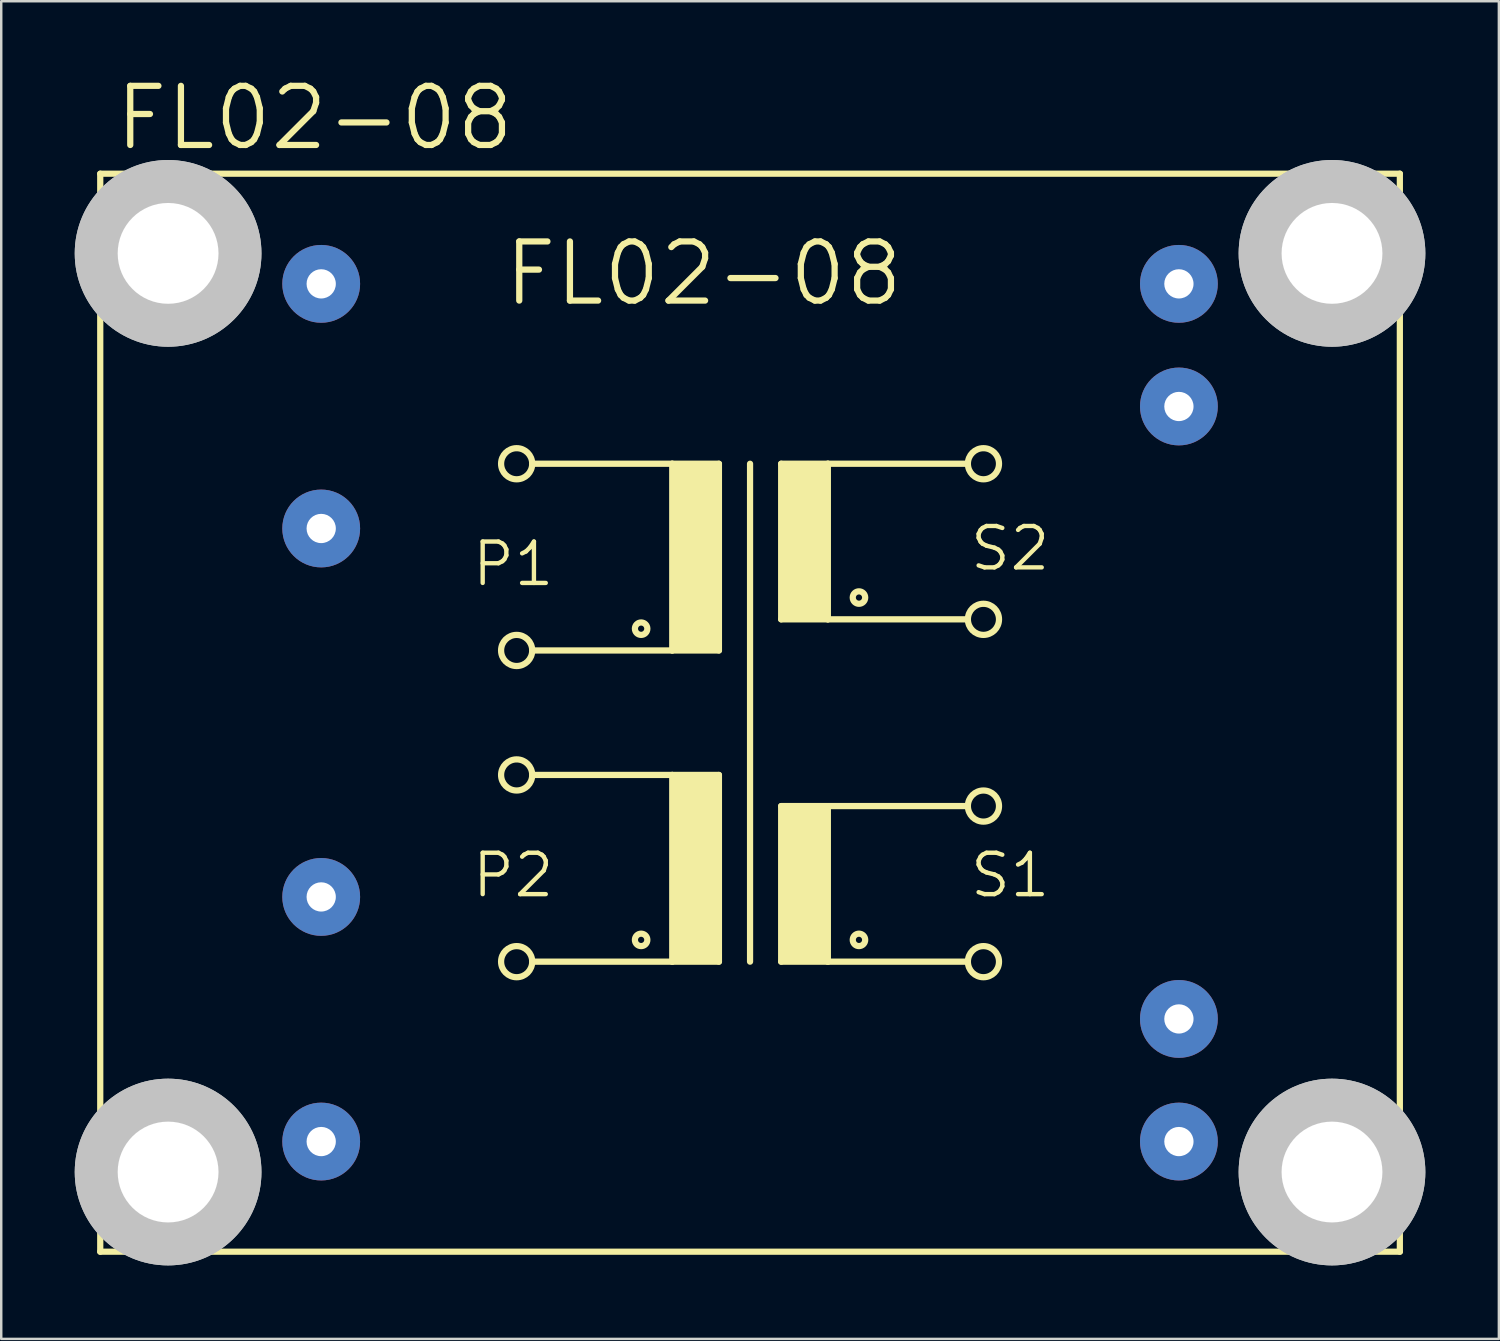
<source format=kicad_pcb>
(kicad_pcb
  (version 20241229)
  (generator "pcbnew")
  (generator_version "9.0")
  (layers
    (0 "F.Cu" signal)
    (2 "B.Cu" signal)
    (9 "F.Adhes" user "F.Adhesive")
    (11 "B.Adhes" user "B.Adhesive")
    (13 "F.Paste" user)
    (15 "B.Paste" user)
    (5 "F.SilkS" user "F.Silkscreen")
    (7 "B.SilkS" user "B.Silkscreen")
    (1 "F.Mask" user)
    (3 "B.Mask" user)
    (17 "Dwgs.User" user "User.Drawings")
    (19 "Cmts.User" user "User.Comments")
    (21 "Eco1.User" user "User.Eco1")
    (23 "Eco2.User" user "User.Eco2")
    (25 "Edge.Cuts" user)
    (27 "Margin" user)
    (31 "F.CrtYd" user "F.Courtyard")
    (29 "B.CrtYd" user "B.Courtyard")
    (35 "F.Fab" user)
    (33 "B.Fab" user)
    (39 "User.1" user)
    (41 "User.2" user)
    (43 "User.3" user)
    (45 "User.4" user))
  (footprint "FL02-08"
    (layer "F.Cu")
    (at 27.559 26.035)
    (property "Reference" "FL02-08" (at -26.035 -22.86 0) (layer "F.SilkS") (effects (font (size 2.413 2.413) (thickness 0.254)) (justify left bottom)))
    (attr through_hole)
    (fp_line (start -26.518 21.996) (end -26.518 -21.996) (stroke (width 0.254) (type solid)) (layer "F.SilkS"))
    (fp_line (start -26.518 21.996) (end 26.518 21.996) (stroke (width 0.254) (type solid)) (layer "F.SilkS"))
    (fp_line (start -8.89 -10.16) (end -3.175 -10.16) (stroke (width 0.254) (type solid)) (layer "F.SilkS"))
    (fp_line (start -8.89 2.54) (end -3.175 2.54) (stroke (width 0.254) (type solid)) (layer "F.SilkS"))
    (fp_line (start -3.175 -10.16) (end -3.175 -2.54) (stroke (width 0.254) (type solid)) (layer "F.SilkS"))
    (fp_line (start -3.175 -10.16) (end -1.27 -10.16) (stroke (width 0.254) (type solid)) (layer "F.SilkS"))
    (fp_line (start -3.175 -2.54) (end -8.89 -2.54) (stroke (width 0.254) (type solid)) (layer "F.SilkS"))
    (fp_line (start -3.175 2.54) (end -3.175 10.16) (stroke (width 0.254) (type solid)) (layer "F.SilkS"))
    (fp_line (start -3.175 2.54) (end -1.27 2.54) (stroke (width 0.254) (type solid)) (layer "F.SilkS"))
    (fp_line (start -3.175 10.16) (end -8.89 10.16) (stroke (width 0.254) (type solid)) (layer "F.SilkS"))
    (fp_line (start -1.27 -10.16) (end -1.27 -2.54) (stroke (width 0.254) (type solid)) (layer "F.SilkS"))
    (fp_line (start -1.27 -2.54) (end -3.175 -2.54) (stroke (width 0.254) (type solid)) (layer "F.SilkS"))
    (fp_line (start -1.27 2.54) (end -1.27 10.16) (stroke (width 0.254) (type solid)) (layer "F.SilkS"))
    (fp_line (start -1.27 10.16) (end -3.175 10.16) (stroke (width 0.254) (type solid)) (layer "F.SilkS"))
    (fp_line (start 0 -10.16) (end 0 10.16) (stroke (width 0.254) (type solid)) (layer "F.SilkS"))
    (fp_line (start 1.27 -10.16) (end 1.27 -3.81) (stroke (width 0.254) (type solid)) (layer "F.SilkS"))
    (fp_line (start 1.27 -10.16) (end 3.175 -10.16) (stroke (width 0.254) (type solid)) (layer "F.SilkS"))
    (fp_line (start 1.27 -3.81) (end 3.175 -3.81) (stroke (width 0.254) (type solid)) (layer "F.SilkS"))
    (fp_line (start 1.27 3.81) (end 1.27 10.16) (stroke (width 0.254) (type solid)) (layer "F.SilkS"))
    (fp_line (start 1.27 3.81) (end 3.175 3.81) (stroke (width 0.254) (type solid)) (layer "F.SilkS"))
    (fp_line (start 1.27 10.16) (end 3.175 10.16) (stroke (width 0.254) (type solid)) (layer "F.SilkS"))
    (fp_line (start 3.175 -10.16) (end 8.89 -10.16) (stroke (width 0.254) (type solid)) (layer "F.SilkS"))
    (fp_line (start 3.175 -3.81) (end 3.175 -10.16) (stroke (width 0.254) (type solid)) (layer "F.SilkS"))
    (fp_line (start 3.175 -3.81) (end 8.89 -3.81) (stroke (width 0.254) (type solid)) (layer "F.SilkS"))
    (fp_line (start 3.175 3.81) (end 8.89 3.81) (stroke (width 0.254) (type solid)) (layer "F.SilkS"))
    (fp_line (start 3.175 10.16) (end 3.175 3.81) (stroke (width 0.254) (type solid)) (layer "F.SilkS"))
    (fp_line (start 3.175 10.16) (end 8.89 10.16) (stroke (width 0.254) (type solid)) (layer "F.SilkS"))
    (fp_line (start 26.518 -21.996) (end -26.518 -21.996) (stroke (width 0.254) (type solid)) (layer "F.SilkS"))
    (fp_line (start 26.518 -21.996) (end 26.518 21.996) (stroke (width 0.254) (type solid)) (layer "F.SilkS"))
    (fp_circle (center -9.525 -10.16) (end -8.89 -10.16) (stroke (width 0.254) (type solid)) (fill no) (layer "F.SilkS"))
    (fp_circle (center -9.525 -2.54) (end -8.89 -2.54) (stroke (width 0.254) (type solid)) (fill no) (layer "F.SilkS"))
    (fp_circle (center -9.525 2.54) (end -8.89 2.54) (stroke (width 0.254) (type solid)) (fill no) (layer "F.SilkS"))
    (fp_circle (center -9.525 10.16) (end -8.89 10.16) (stroke (width 0.254) (type solid)) (fill no) (layer "F.SilkS"))
    (fp_circle (center -4.445 -3.429) (end -4.191 -3.429) (stroke (width 0.254) (type solid)) (fill no) (layer "F.SilkS"))
    (fp_circle (center -4.445 9.271) (end -4.191 9.271) (stroke (width 0.254) (type solid)) (fill no) (layer "F.SilkS"))
    (fp_circle (center 4.445 -4.699) (end 4.699 -4.699) (stroke (width 0.254) (type solid)) (fill no) (layer "F.SilkS"))
    (fp_circle (center 4.445 9.271) (end 4.699 9.271) (stroke (width 0.254) (type solid)) (fill no) (layer "F.SilkS"))
    (fp_circle (center 9.525 -10.16) (end 10.16 -10.16) (stroke (width 0.254) (type solid)) (fill no) (layer "F.SilkS"))
    (fp_circle (center 9.525 -3.81) (end 10.16 -3.81) (stroke (width 0.254) (type solid)) (fill no) (layer "F.SilkS"))
    (fp_circle (center 9.525 3.81) (end 10.16 3.81) (stroke (width 0.254) (type solid)) (fill no) (layer "F.SilkS"))
    (fp_circle (center 9.525 10.16) (end 10.16 10.16) (stroke (width 0.254) (type solid)) (fill no) (layer "F.SilkS"))
    (fp_poly (pts (xy -3.175 -2.54) (xy -1.27 -2.54) (xy -1.27 -10.16) (xy -3.175 -10.16)) (stroke (width 0) (type solid)) (fill yes) (layer "F.SilkS"))
    (fp_poly (pts (xy -3.175 10.16) (xy -1.27 10.16) (xy -1.27 2.54) (xy -3.175 2.54)) (stroke (width 0) (type solid)) (fill yes) (layer "F.SilkS"))
    (fp_poly (pts (xy 1.27 -3.81) (xy 3.175 -3.81) (xy 3.175 -10.16) (xy 1.27 -10.16)) (stroke (width 0) (type solid)) (fill yes) (layer "F.SilkS"))
    (fp_poly (pts (xy 1.27 10.16) (xy 3.175 10.16) (xy 3.175 3.81) (xy 1.27 3.81)) (stroke (width 0) (type solid)) (fill yes) (layer "F.SilkS"))
    (fp_circle (center -23.749 -18.745) (end -20.828 -18.745) (stroke (width 1.778) (type solid)) (fill no) (layer "Dwgs.User"))
    (fp_circle (center -23.749 -18.745) (end -20.828 -18.745) (stroke (width 1.778) (type solid)) (fill no) (layer "Dwgs.User"))
    (fp_circle (center -23.749 18.745) (end -20.828 18.745) (stroke (width 1.778) (type solid)) (fill no) (layer "Dwgs.User"))
    (fp_circle (center -23.749 18.745) (end -20.828 18.745) (stroke (width 1.778) (type solid)) (fill no) (layer "Dwgs.User"))
    (fp_circle (center 23.749 -18.745) (end 26.67 -18.745) (stroke (width 1.778) (type solid)) (fill no) (layer "Dwgs.User"))
    (fp_circle (center 23.749 -18.745) (end 26.67 -18.745) (stroke (width 1.778) (type solid)) (fill no) (layer "Dwgs.User"))
    (fp_circle (center 23.749 18.745) (end 26.67 18.745) (stroke (width 1.778) (type solid)) (fill no) (layer "Dwgs.User"))
    (fp_circle (center 23.749 18.745) (end 26.67 18.745) (stroke (width 1.778) (type solid)) (fill no) (layer "Dwgs.User"))
    (fp_text user "S1" (at 8.89 7.62 0) (layer "F.SilkS") (effects (font (size 1.689 1.689) (thickness 0.178)) (justify left bottom)))
    (fp_text user "P2" (at -11.43 7.62 0) (layer "F.SilkS") (effects (font (size 1.689 1.689) (thickness 0.178)) (justify left bottom)))
    (fp_text user "S2" (at 8.89 -5.715 0) (layer "F.SilkS") (effects (font (size 1.689 1.689) (thickness 0.178)) (justify left bottom)))
    (fp_text user "P1" (at -11.43 -5.08 0) (layer "F.SilkS") (effects (font (size 1.689 1.689) (thickness 0.178)) (justify left bottom)))
    (fp_text user "FL02-08" (at -10.16 -16.51 0) (layer "F.SilkS") (effects (font (size 2.413 2.413) (thickness 0.254)) (justify left bottom)))
    (pad "" np_thru_hole circle (at -23.749 -18.745) (size 4.115 4.115) (drill 4.115) (layers "*.Cu" "*.Mask"))
    (pad "" np_thru_hole circle (at -23.749 18.745) (size 4.115 4.115) (drill 4.115) (layers "*.Cu" "*.Mask"))
    (pad "" np_thru_hole circle (at 23.749 -18.745) (size 4.115 4.115) (drill 4.115) (layers "*.Cu" "*.Mask"))
    (pad "" np_thru_hole circle (at 23.749 18.745) (size 4.115 4.115) (drill 4.115) (layers "*.Cu" "*.Mask"))
    (pad "1" thru_hole circle (at -17.501 -17.501) (size 3.175 3.175) (drill 1.194) (layers "*.Cu" "*.Mask"))
    (pad "2" thru_hole circle (at -17.501 -7.518) (size 3.175 3.175) (drill 1.194) (layers "*.Cu" "*.Mask"))
    (pad "3" thru_hole circle (at -17.501 7.518) (size 3.175 3.175) (drill 1.194) (layers "*.Cu" "*.Mask"))
    (pad "4" thru_hole circle (at -17.501 17.501) (size 3.175 3.175) (drill 1.194) (layers "*.Cu" "*.Mask"))
    (pad "5" thru_hole circle (at 17.501 17.501) (size 3.175 3.175) (drill 1.194) (layers "*.Cu" "*.Mask"))
    (pad "6" thru_hole circle (at 17.501 12.497) (size 3.175 3.175) (drill 1.194) (layers "*.Cu" "*.Mask"))
    (pad "7" thru_hole circle (at 17.501 -12.497) (size 3.175 3.175) (drill 1.194) (layers "*.Cu" "*.Mask"))
    (pad "8" thru_hole circle (at 17.501 -17.501) (size 3.175 3.175) (drill 1.194) (layers "*.Cu" "*.Mask")))
  (gr_rect
    (start -3 -3)
    (end 58.118 51.59)
    (stroke (width 0.1) (type default))
    (fill no)
    (layer "Edge.Cuts")))
</source>
